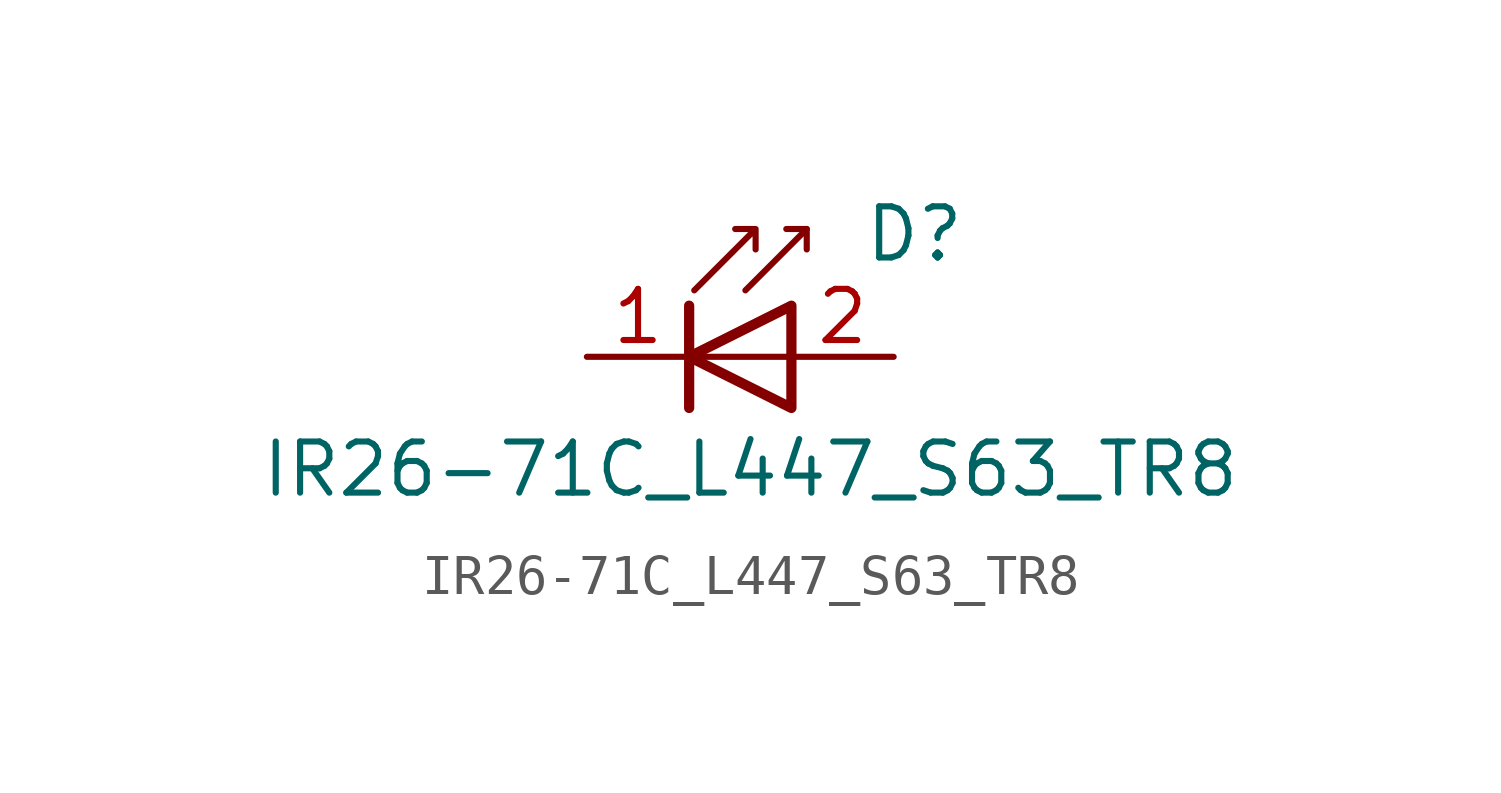
<source format=kicad_sym>
(kicad_symbol_lib
  (version 20211014)
  (generator kicad_symbol_editor)
  (symbol "IR26-71C_L447_S63_TR8"
    (pin_names
      (offset 1.016) hide)
    (property "Reference" "D"
      (at 1.778 3.048 0)
      (effects (font (size 1.27 1.27)) (justify left)))
    (property "Value" "IR26-71C_L447_S63_TR8"
      (at -1.016 -2.794 0)
      (effects (font (size 1.27 1.27))))
    (symbol "IR26-71C_L447_S63_TR8_0_1"
      (polyline (pts (xy -2.54 0) (xy 0 0)) (stroke (width 0) (type default) (color 0 0 0 0)) (fill (type none)))
      (polyline (pts (xy -2.54 1.27) (xy -2.54 -1.27)) (stroke (width 0.254) (type default) (color 0 0 0 0)) (fill (type none)))
      (polyline (pts (xy 0.381 3.175) (xy -0.127 3.175)) (stroke (width 0) (type default) (color 0 0 0 0)) (fill (type none)))
      (polyline (pts (xy -1.143 1.651) (xy 0.381 3.175) (xy 0.381 2.667)) (stroke (width 0) (type default) (color 0 0 0 0)) (fill (type none)))
      (polyline (pts (xy 0 -1.27) (xy 0 1.27) (xy -2.54 0) (xy 0 -1.27)) (stroke (width 0.254) (type default) (color 0 0 0 0)) (fill (type none)))
      (polyline (pts (xy -2.413 1.651) (xy -0.889 3.175) (xy -0.889 2.667) (xy -0.889 3.175) (xy -1.397 3.175)) (stroke (width 0) (type default) (color 0 0 0 0)) (fill (type none))))
    (symbol "IR26-71C_L447_S63_TR8_1_1"
      (pin passive line (at -5.08 0 0) (length 2.54) (name "K" (effects (font (size 1.27 1.27)))) (number "1" (effects (font (size 1.27 1.27)))))
      (pin passive line (at 2.54 0 180) (length 2.54) (name "A" (effects (font (size 1.27 1.27)))) (number "2" (effects (font (size 1.27 1.27))))))))
</source>
